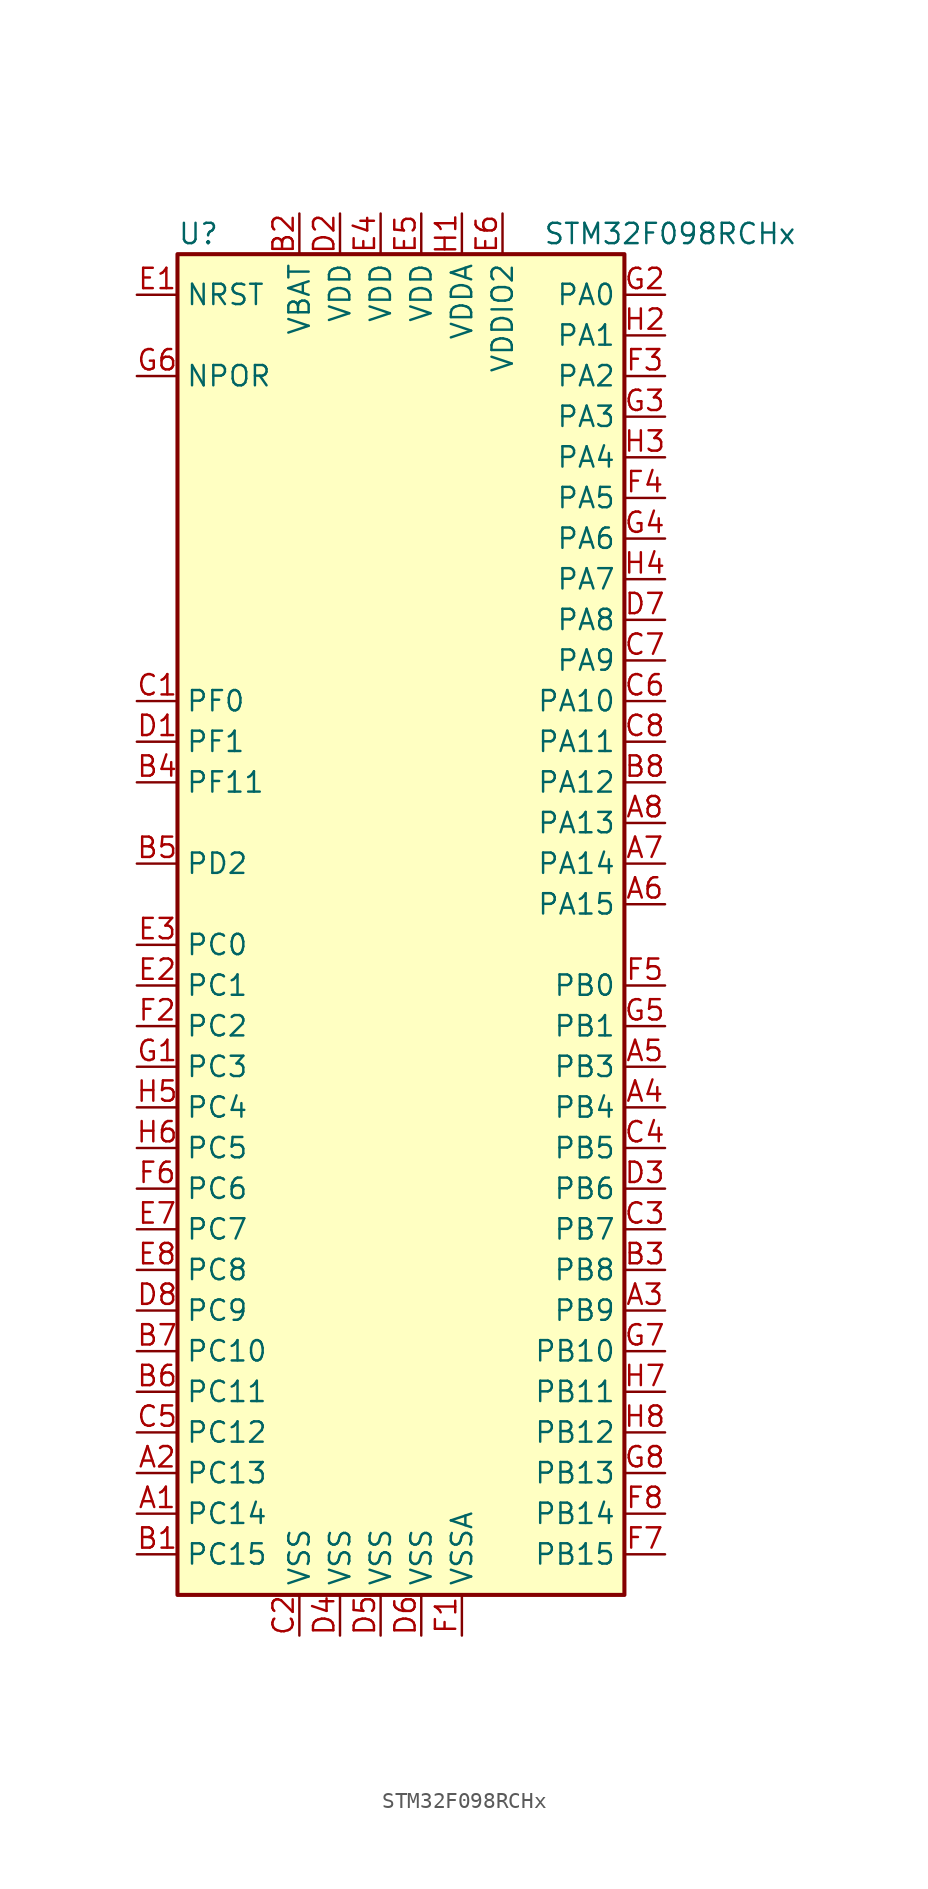
<source format=kicad_sym>
(kicad_symbol_lib
  (version 20201005)
  (generator kicad_symbol_editor)
  (symbol "STM32F098RCHx"
    (property "Reference" "U"
      (at -15.24 41.91 0)
      (effects (font (size 1.27 1.27)) (justify left)))
    (property "Value" "STM32F098RCHx"
      (at 7.62 41.91 0)
      (effects (font (size 1.27 1.27)) (justify left)))
    (symbol "STM32F098RCHx_0_1"
      (rectangle (start -15.24 -43.18) (end 12.7 40.64) (stroke (width 0.254)) (fill (type background))))
    (symbol "STM32F098RCHx_1_1"
      (pin bidirectional line (at -17.78 -38.1 0) (length 2.54) (name "PC14" (effects (font (size 1.27 1.27)))) (number "A1" (effects (font (size 1.27 1.27)))))
      (pin bidirectional line (at -17.78 -35.56 0) (length 2.54) (name "PC13" (effects (font (size 1.27 1.27)))) (number "A2" (effects (font (size 1.27 1.27)))))
      (pin bidirectional line (at 15.24 -25.4 180) (length 2.54) (name "PB9" (effects (font (size 1.27 1.27)))) (number "A3" (effects (font (size 1.27 1.27)))))
      (pin bidirectional line (at 15.24 -12.7 180) (length 2.54) (name "PB4" (effects (font (size 1.27 1.27)))) (number "A4" (effects (font (size 1.27 1.27)))))
      (pin bidirectional line (at 15.24 -10.16 180) (length 2.54) (name "PB3" (effects (font (size 1.27 1.27)))) (number "A5" (effects (font (size 1.27 1.27)))))
      (pin bidirectional line (at 15.24 0 180) (length 2.54) (name "PA15" (effects (font (size 1.27 1.27)))) (number "A6" (effects (font (size 1.27 1.27)))))
      (pin bidirectional line (at 15.24 2.54 180) (length 2.54) (name "PA14" (effects (font (size 1.27 1.27)))) (number "A7" (effects (font (size 1.27 1.27)))))
      (pin bidirectional line (at 15.24 5.08 180) (length 2.54) (name "PA13" (effects (font (size 1.27 1.27)))) (number "A8" (effects (font (size 1.27 1.27)))))
      (pin bidirectional line (at -17.78 -40.64 0) (length 2.54) (name "PC15" (effects (font (size 1.27 1.27)))) (number "B1" (effects (font (size 1.27 1.27)))))
      (pin power_in line (at -7.62 43.18 270) (length 2.54) (name "VBAT" (effects (font (size 1.27 1.27)))) (number "B2" (effects (font (size 1.27 1.27)))))
      (pin bidirectional line (at 15.24 -22.86 180) (length 2.54) (name "PB8" (effects (font (size 1.27 1.27)))) (number "B3" (effects (font (size 1.27 1.27)))))
      (pin bidirectional line (at -17.78 7.62 0) (length 2.54) (name "PF11" (effects (font (size 1.27 1.27)))) (number "B4" (effects (font (size 1.27 1.27)))))
      (pin bidirectional line (at -17.78 2.54 0) (length 2.54) (name "PD2" (effects (font (size 1.27 1.27)))) (number "B5" (effects (font (size 1.27 1.27)))))
      (pin bidirectional line (at -17.78 -30.48 0) (length 2.54) (name "PC11" (effects (font (size 1.27 1.27)))) (number "B6" (effects (font (size 1.27 1.27)))))
      (pin bidirectional line (at -17.78 -27.94 0) (length 2.54) (name "PC10" (effects (font (size 1.27 1.27)))) (number "B7" (effects (font (size 1.27 1.27)))))
      (pin bidirectional line (at 15.24 7.62 180) (length 2.54) (name "PA12" (effects (font (size 1.27 1.27)))) (number "B8" (effects (font (size 1.27 1.27)))))
      (pin input line (at -17.78 12.7 0) (length 2.54) (name "PF0" (effects (font (size 1.27 1.27)))) (number "C1" (effects (font (size 1.27 1.27)))))
      (pin power_in line (at -7.62 -45.72 90) (length 2.54) (name "VSS" (effects (font (size 1.27 1.27)))) (number "C2" (effects (font (size 1.27 1.27)))))
      (pin bidirectional line (at 15.24 -20.32 180) (length 2.54) (name "PB7" (effects (font (size 1.27 1.27)))) (number "C3" (effects (font (size 1.27 1.27)))))
      (pin bidirectional line (at 15.24 -15.24 180) (length 2.54) (name "PB5" (effects (font (size 1.27 1.27)))) (number "C4" (effects (font (size 1.27 1.27)))))
      (pin bidirectional line (at -17.78 -33.02 0) (length 2.54) (name "PC12" (effects (font (size 1.27 1.27)))) (number "C5" (effects (font (size 1.27 1.27)))))
      (pin bidirectional line (at 15.24 12.7 180) (length 2.54) (name "PA10" (effects (font (size 1.27 1.27)))) (number "C6" (effects (font (size 1.27 1.27)))))
      (pin bidirectional line (at 15.24 15.24 180) (length 2.54) (name "PA9" (effects (font (size 1.27 1.27)))) (number "C7" (effects (font (size 1.27 1.27)))))
      (pin bidirectional line (at 15.24 10.16 180) (length 2.54) (name "PA11" (effects (font (size 1.27 1.27)))) (number "C8" (effects (font (size 1.27 1.27)))))
      (pin input line (at -17.78 10.16 0) (length 2.54) (name "PF1" (effects (font (size 1.27 1.27)))) (number "D1" (effects (font (size 1.27 1.27)))))
      (pin power_in line (at -5.08 43.18 270) (length 2.54) (name "VDD" (effects (font (size 1.27 1.27)))) (number "D2" (effects (font (size 1.27 1.27)))))
      (pin bidirectional line (at 15.24 -17.78 180) (length 2.54) (name "PB6" (effects (font (size 1.27 1.27)))) (number "D3" (effects (font (size 1.27 1.27)))))
      (pin power_in line (at -5.08 -45.72 90) (length 2.54) (name "VSS" (effects (font (size 1.27 1.27)))) (number "D4" (effects (font (size 1.27 1.27)))))
      (pin power_in line (at -2.54 -45.72 90) (length 2.54) (name "VSS" (effects (font (size 1.27 1.27)))) (number "D5" (effects (font (size 1.27 1.27)))))
      (pin power_in line (at 0 -45.72 90) (length 2.54) (name "VSS" (effects (font (size 1.27 1.27)))) (number "D6" (effects (font (size 1.27 1.27)))))
      (pin bidirectional line (at 15.24 17.78 180) (length 2.54) (name "PA8" (effects (font (size 1.27 1.27)))) (number "D7" (effects (font (size 1.27 1.27)))))
      (pin bidirectional line (at -17.78 -25.4 0) (length 2.54) (name "PC9" (effects (font (size 1.27 1.27)))) (number "D8" (effects (font (size 1.27 1.27)))))
      (pin input line (at -17.78 38.1 0) (length 2.54) (name "NRST" (effects (font (size 1.27 1.27)))) (number "E1" (effects (font (size 1.27 1.27)))))
      (pin bidirectional line (at -17.78 -5.08 0) (length 2.54) (name "PC1" (effects (font (size 1.27 1.27)))) (number "E2" (effects (font (size 1.27 1.27)))))
      (pin bidirectional line (at -17.78 -2.54 0) (length 2.54) (name "PC0" (effects (font (size 1.27 1.27)))) (number "E3" (effects (font (size 1.27 1.27)))))
      (pin power_in line (at -2.54 43.18 270) (length 2.54) (name "VDD" (effects (font (size 1.27 1.27)))) (number "E4" (effects (font (size 1.27 1.27)))))
      (pin power_in line (at 0 43.18 270) (length 2.54) (name "VDD" (effects (font (size 1.27 1.27)))) (number "E5" (effects (font (size 1.27 1.27)))))
      (pin power_in line (at 5.08 43.18 270) (length 2.54) (name "VDDIO2" (effects (font (size 1.27 1.27)))) (number "E6" (effects (font (size 1.27 1.27)))))
      (pin bidirectional line (at -17.78 -20.32 0) (length 2.54) (name "PC7" (effects (font (size 1.27 1.27)))) (number "E7" (effects (font (size 1.27 1.27)))))
      (pin bidirectional line (at -17.78 -22.86 0) (length 2.54) (name "PC8" (effects (font (size 1.27 1.27)))) (number "E8" (effects (font (size 1.27 1.27)))))
      (pin power_in line (at 2.54 -45.72 90) (length 2.54) (name "VSSA" (effects (font (size 1.27 1.27)))) (number "F1" (effects (font (size 1.27 1.27)))))
      (pin bidirectional line (at -17.78 -7.62 0) (length 2.54) (name "PC2" (effects (font (size 1.27 1.27)))) (number "F2" (effects (font (size 1.27 1.27)))))
      (pin bidirectional line (at 15.24 33.02 180) (length 2.54) (name "PA2" (effects (font (size 1.27 1.27)))) (number "F3" (effects (font (size 1.27 1.27)))))
      (pin bidirectional line (at 15.24 25.4 180) (length 2.54) (name "PA5" (effects (font (size 1.27 1.27)))) (number "F4" (effects (font (size 1.27 1.27)))))
      (pin bidirectional line (at 15.24 -5.08 180) (length 2.54) (name "PB0" (effects (font (size 1.27 1.27)))) (number "F5" (effects (font (size 1.27 1.27)))))
      (pin bidirectional line (at -17.78 -17.78 0) (length 2.54) (name "PC6" (effects (font (size 1.27 1.27)))) (number "F6" (effects (font (size 1.27 1.27)))))
      (pin bidirectional line (at 15.24 -40.64 180) (length 2.54) (name "PB15" (effects (font (size 1.27 1.27)))) (number "F7" (effects (font (size 1.27 1.27)))))
      (pin bidirectional line (at 15.24 -38.1 180) (length 2.54) (name "PB14" (effects (font (size 1.27 1.27)))) (number "F8" (effects (font (size 1.27 1.27)))))
      (pin bidirectional line (at -17.78 -10.16 0) (length 2.54) (name "PC3" (effects (font (size 1.27 1.27)))) (number "G1" (effects (font (size 1.27 1.27)))))
      (pin bidirectional line (at 15.24 38.1 180) (length 2.54) (name "PA0" (effects (font (size 1.27 1.27)))) (number "G2" (effects (font (size 1.27 1.27)))))
      (pin bidirectional line (at 15.24 30.48 180) (length 2.54) (name "PA3" (effects (font (size 1.27 1.27)))) (number "G3" (effects (font (size 1.27 1.27)))))
      (pin bidirectional line (at 15.24 22.86 180) (length 2.54) (name "PA6" (effects (font (size 1.27 1.27)))) (number "G4" (effects (font (size 1.27 1.27)))))
      (pin bidirectional line (at 15.24 -7.62 180) (length 2.54) (name "PB1" (effects (font (size 1.27 1.27)))) (number "G5" (effects (font (size 1.27 1.27)))))
      (pin power_in line (at -17.78 33.02 0) (length 2.54) (name "NPOR" (effects (font (size 1.27 1.27)))) (number "G6" (effects (font (size 1.27 1.27)))))
      (pin bidirectional line (at 15.24 -27.94 180) (length 2.54) (name "PB10" (effects (font (size 1.27 1.27)))) (number "G7" (effects (font (size 1.27 1.27)))))
      (pin bidirectional line (at 15.24 -35.56 180) (length 2.54) (name "PB13" (effects (font (size 1.27 1.27)))) (number "G8" (effects (font (size 1.27 1.27)))))
      (pin power_in line (at 2.54 43.18 270) (length 2.54) (name "VDDA" (effects (font (size 1.27 1.27)))) (number "H1" (effects (font (size 1.27 1.27)))))
      (pin bidirectional line (at 15.24 35.56 180) (length 2.54) (name "PA1" (effects (font (size 1.27 1.27)))) (number "H2" (effects (font (size 1.27 1.27)))))
      (pin bidirectional line (at 15.24 27.94 180) (length 2.54) (name "PA4" (effects (font (size 1.27 1.27)))) (number "H3" (effects (font (size 1.27 1.27)))))
      (pin bidirectional line (at 15.24 20.32 180) (length 2.54) (name "PA7" (effects (font (size 1.27 1.27)))) (number "H4" (effects (font (size 1.27 1.27)))))
      (pin bidirectional line (at -17.78 -12.7 0) (length 2.54) (name "PC4" (effects (font (size 1.27 1.27)))) (number "H5" (effects (font (size 1.27 1.27)))))
      (pin bidirectional line (at -17.78 -15.24 0) (length 2.54) (name "PC5" (effects (font (size 1.27 1.27)))) (number "H6" (effects (font (size 1.27 1.27)))))
      (pin bidirectional line (at 15.24 -30.48 180) (length 2.54) (name "PB11" (effects (font (size 1.27 1.27)))) (number "H7" (effects (font (size 1.27 1.27)))))
      (pin bidirectional line (at 15.24 -33.02 180) (length 2.54) (name "PB12" (effects (font (size 1.27 1.27)))) (number "H8" (effects (font (size 1.27 1.27))))))))
</source>
